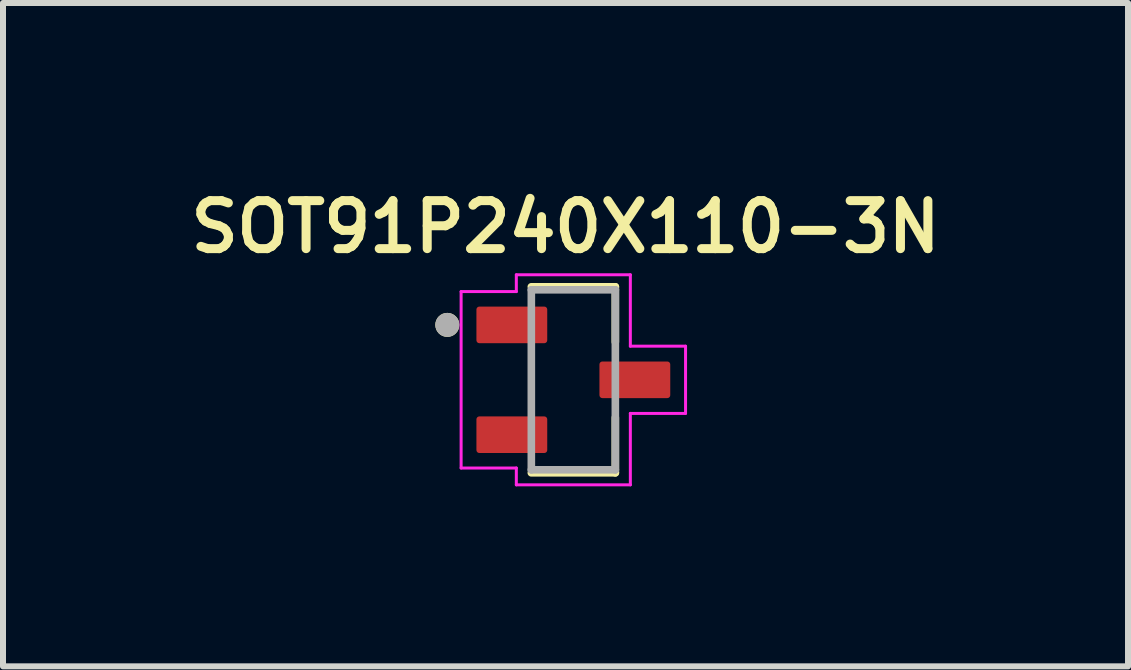
<source format=kicad_pcb>
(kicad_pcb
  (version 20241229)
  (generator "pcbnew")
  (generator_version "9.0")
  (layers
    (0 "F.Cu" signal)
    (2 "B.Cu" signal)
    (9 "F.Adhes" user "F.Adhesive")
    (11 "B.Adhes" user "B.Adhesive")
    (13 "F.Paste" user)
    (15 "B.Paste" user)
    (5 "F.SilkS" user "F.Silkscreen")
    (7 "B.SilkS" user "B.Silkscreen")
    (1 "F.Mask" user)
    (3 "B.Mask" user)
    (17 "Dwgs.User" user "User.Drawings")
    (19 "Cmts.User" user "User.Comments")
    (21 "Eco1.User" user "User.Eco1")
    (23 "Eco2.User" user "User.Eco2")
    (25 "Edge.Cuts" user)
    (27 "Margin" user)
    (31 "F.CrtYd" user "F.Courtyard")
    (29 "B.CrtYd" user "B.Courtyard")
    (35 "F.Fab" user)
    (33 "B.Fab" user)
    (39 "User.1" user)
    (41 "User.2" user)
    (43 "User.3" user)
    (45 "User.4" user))
  (footprint "SOT91P240X110-3N"
    (layer "F.Cu")
    (at 6.504 3.279)
    (property "Reference" "SOT91P240X110-3N" (at -0.13 -2.548 0) (layer "F.SilkS") (effects (font (size 0.8 0.8) (thickness 0.15))))
    (attr smd)
    (fp_line (start -0.7 -1.55) (end 0.7 -1.55) (stroke (width 0.127) (type solid)) (layer "F.SilkS"))
    (fp_line (start 0.7 -1.55) (end 0.7 -0.63) (stroke (width 0.127) (type solid)) (layer "F.SilkS"))
    (fp_line (start 0.7 0.63) (end 0.7 1.55) (stroke (width 0.127) (type solid)) (layer "F.SilkS"))
    (fp_line (start 0.7 1.55) (end -0.7 1.55) (stroke (width 0.127) (type solid)) (layer "F.SilkS"))
    (fp_circle (center -2.1 -0.915) (end -2 -0.915) (stroke (width 0.2) (type solid)) (fill no) (layer "F.SilkS"))
    (fp_line (start -1.87 -1.47) (end -0.95 -1.47) (stroke (width 0.05) (type solid)) (layer "F.CrtYd"))
    (fp_line (start -1.87 1.47) (end -1.87 -1.47) (stroke (width 0.05) (type solid)) (layer "F.CrtYd"))
    (fp_line (start -0.95 -1.75) (end 0.95 -1.75) (stroke (width 0.05) (type solid)) (layer "F.CrtYd"))
    (fp_line (start -0.95 -1.47) (end -0.95 -1.75) (stroke (width 0.05) (type solid)) (layer "F.CrtYd"))
    (fp_line (start -0.95 1.47) (end -1.87 1.47) (stroke (width 0.05) (type solid)) (layer "F.CrtYd"))
    (fp_line (start -0.95 1.75) (end -0.95 1.47) (stroke (width 0.05) (type solid)) (layer "F.CrtYd"))
    (fp_line (start 0.95 -1.75) (end 0.95 -0.56) (stroke (width 0.05) (type solid)) (layer "F.CrtYd"))
    (fp_line (start 0.95 -0.56) (end 1.87 -0.56) (stroke (width 0.05) (type solid)) (layer "F.CrtYd"))
    (fp_line (start 0.95 0.56) (end 0.95 1.75) (stroke (width 0.05) (type solid)) (layer "F.CrtYd"))
    (fp_line (start 0.95 1.75) (end -0.95 1.75) (stroke (width 0.05) (type solid)) (layer "F.CrtYd"))
    (fp_line (start 1.87 -0.56) (end 1.87 0.56) (stroke (width 0.05) (type solid)) (layer "F.CrtYd"))
    (fp_line (start 1.87 0.56) (end 0.95 0.56) (stroke (width 0.05) (type solid)) (layer "F.CrtYd"))
    (fp_line (start -0.7 -1.5) (end 0.7 -1.5) (stroke (width 0.127) (type solid)) (layer "F.Fab"))
    (fp_line (start -0.7 1.5) (end -0.7 -1.5) (stroke (width 0.127) (type solid)) (layer "F.Fab"))
    (fp_line (start 0.7 -1.5) (end 0.7 1.5) (stroke (width 0.127) (type solid)) (layer "F.Fab"))
    (fp_line (start 0.7 1.5) (end -0.7 1.5) (stroke (width 0.127) (type solid)) (layer "F.Fab"))
    (fp_circle (center -2.1 -0.915) (end -2 -0.915) (stroke (width 0.2) (type solid)) (fill no) (layer "F.Fab"))
    (pad "1" smd roundrect (at -1.025 -0.915) (size 1.18 0.61) (layers "F.Cu" "F.Mask" "F.Paste") (roundrect_rratio 0.08))
    (pad "2" smd roundrect (at -1.025 0.915) (size 1.18 0.61) (layers "F.Cu" "F.Mask" "F.Paste") (roundrect_rratio 0.08))
    (pad "3" smd roundrect (at 1.025 0) (size 1.18 0.61) (layers "F.Cu" "F.Mask" "F.Paste") (roundrect_rratio 0.08)))
  (gr_rect
    (start -3 -3)
    (end 15.747 8.054)
    (stroke (width 0.1) (type default))
    (fill no)
    (layer "Edge.Cuts")))
</source>
